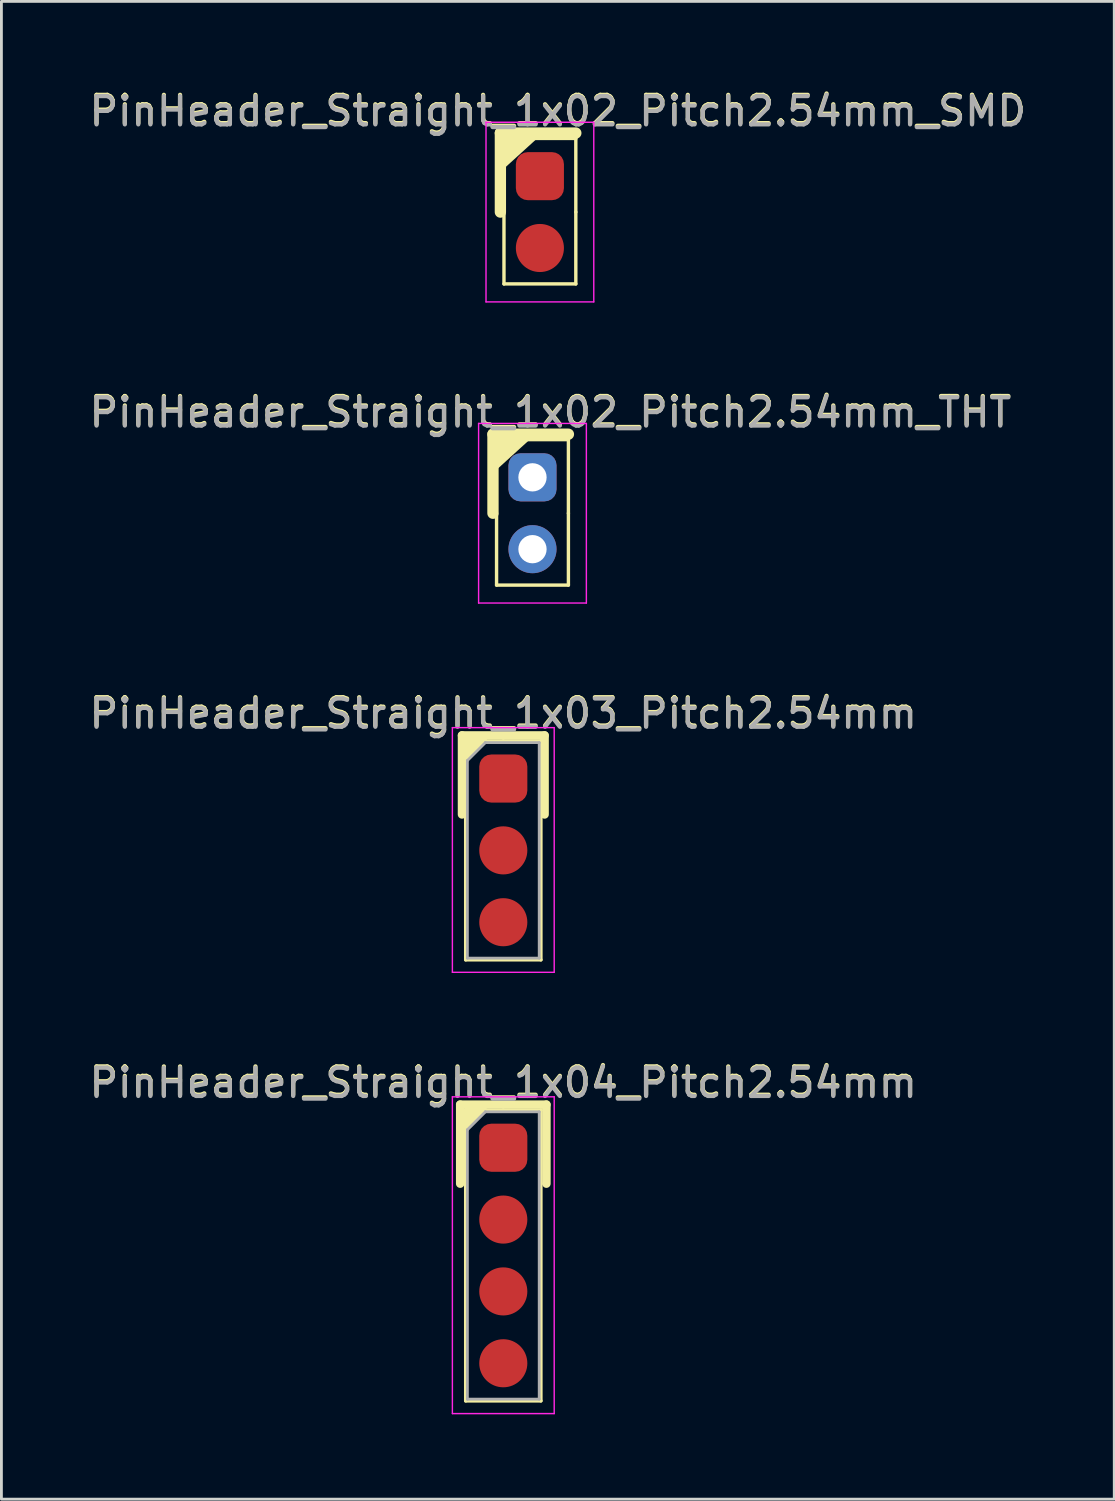
<source format=kicad_pcb>
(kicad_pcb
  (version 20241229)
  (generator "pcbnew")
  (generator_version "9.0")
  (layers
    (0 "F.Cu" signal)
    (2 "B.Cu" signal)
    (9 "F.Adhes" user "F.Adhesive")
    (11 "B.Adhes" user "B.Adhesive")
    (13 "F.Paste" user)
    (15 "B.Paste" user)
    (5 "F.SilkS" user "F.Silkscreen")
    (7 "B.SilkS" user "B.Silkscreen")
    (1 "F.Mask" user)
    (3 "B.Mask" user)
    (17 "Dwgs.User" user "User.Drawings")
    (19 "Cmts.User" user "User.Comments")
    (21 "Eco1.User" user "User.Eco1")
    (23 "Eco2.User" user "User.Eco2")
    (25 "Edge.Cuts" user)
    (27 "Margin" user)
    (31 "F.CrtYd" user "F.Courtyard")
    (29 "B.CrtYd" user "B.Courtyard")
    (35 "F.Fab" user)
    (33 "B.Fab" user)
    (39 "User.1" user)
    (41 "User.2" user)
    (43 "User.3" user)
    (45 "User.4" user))
  (footprint "PinHeader_Straight_1x02_Pitch2.54mm_SMD"
    (layer "F.Cu")
    (at 16.038 3.178)
    (property "Reference" "PinHeader_Straight_1x02_Pitch2.54mm_SMD" (at 0.635 -2.33 0) (layer "F.SilkS") (effects (font (size 1 1) (thickness 0.15))))
    (attr through_hole)
    (fp_line (start -1.397 1.27) (end -1.397 -1.524) (stroke (width 0.4) (type solid)) (layer "F.SilkS"))
    (fp_line (start -1.33 -1.333) (end 1.27 -1.333) (stroke (width 0.12) (type solid)) (layer "F.SilkS"))
    (fp_line (start -1.27 1.27) (end -1.27 3.81) (stroke (width 0.12) (type solid)) (layer "F.SilkS"))
    (fp_line (start -1.27 3.81) (end 1.27 3.81) (stroke (width 0.12) (type solid)) (layer "F.SilkS"))
    (fp_line (start 1.27 -1.524) (end -1.397 -1.524) (stroke (width 0.4) (type solid)) (layer "F.SilkS"))
    (fp_line (start 1.27 -1.333) (end 1.27 1.27) (stroke (width 0.12) (type solid)) (layer "F.SilkS"))
    (fp_line (start 1.27 1.27) (end 1.27 3.81) (stroke (width 0.12) (type solid)) (layer "F.SilkS"))
    (fp_poly (pts (xy -1.397 -0.254) (xy 0 -1.524) (xy -1.397 -1.524)) (stroke (width 0.15) (type solid)) (fill yes) (layer "F.SilkS"))
    (fp_line (start -1.905 -1.905) (end -1.905 4.445) (stroke (width 0.05) (type solid)) (layer "F.CrtYd"))
    (fp_line (start 1.905 -1.905) (end -1.905 -1.905) (stroke (width 0.05) (type solid)) (layer "F.CrtYd"))
    (fp_line (start 1.905 -1.905) (end 1.905 4.445) (stroke (width 0.05) (type solid)) (layer "F.CrtYd"))
    (fp_line (start 1.905 4.445) (end -1.905 4.445) (stroke (width 0.05) (type solid)) (layer "F.CrtYd"))
    (fp_text user "${REFERENCE}" (at 0.635 -2.286 180) (layer "F.Fab") (effects (font (size 1 1) (thickness 0.15))))
    (pad "1" smd roundrect (at 0 0) (size 1.7 1.7) (layers "F.Cu" "F.Mask" "F.Paste") (roundrect_rratio 0.25))
    (pad "2" smd circle (at 0 2.54) (size 1.7 1.7) (layers "F.Cu" "F.Mask" "F.Paste")))
  (footprint "PinHeader_Straight_1x04_Pitch2.54mm"
    (layer "F.Cu")
    (at 14.744 37.528)
    (property "Reference" "PinHeader_Straight_1x04_Pitch2.54mm" (at 0 -2.33 0) (layer "F.SilkS") (effects (font (size 1 1) (thickness 0.15))))
    (attr through_hole)
    (fp_line (start -1.524 -1.524) (end 1.524 -1.524) (stroke (width 0.3) (type solid)) (layer "F.SilkS"))
    (fp_line (start -1.524 1.27) (end -1.524 -1.524) (stroke (width 0.3) (type solid)) (layer "F.SilkS"))
    (fp_line (start -1.333 0) (end -1.333 1.27) (stroke (width 0.12) (type solid)) (layer "F.SilkS"))
    (fp_line (start -1.33 -1.33) (end 0 -1.33) (stroke (width 0.12) (type solid)) (layer "F.SilkS"))
    (fp_line (start -1.33 0) (end -1.33 -1.33) (stroke (width 0.12) (type solid)) (layer "F.SilkS"))
    (fp_line (start -1.33 1.27) (end -1.33 8.95) (stroke (width 0.12) (type solid)) (layer "F.SilkS"))
    (fp_line (start -1.33 8.95) (end 1.33 8.95) (stroke (width 0.12) (type solid)) (layer "F.SilkS"))
    (fp_line (start 0 -1.333) (end 1.333 -1.333) (stroke (width 0.12) (type solid)) (layer "F.SilkS"))
    (fp_line (start 1.33 1.27) (end 1.33 8.95) (stroke (width 0.12) (type solid)) (layer "F.SilkS"))
    (fp_line (start 1.333 -1.333) (end 1.333 1.27) (stroke (width 0.12) (type solid)) (layer "F.SilkS"))
    (fp_line (start 1.524 -1.524) (end 1.524 1.27) (stroke (width 0.3) (type solid)) (layer "F.SilkS"))
    (fp_poly (pts (xy -1.333 -0.635) (xy -0.635 -1.333) (xy -1.333 -1.333)) (stroke (width 0.15) (type solid)) (fill yes) (layer "F.SilkS"))
    (fp_line (start -1.8 -1.8) (end -1.8 9.4) (stroke (width 0.05) (type solid)) (layer "F.CrtYd"))
    (fp_line (start -1.8 9.4) (end 1.8 9.4) (stroke (width 0.05) (type solid)) (layer "F.CrtYd"))
    (fp_line (start 1.8 -1.8) (end -1.8 -1.8) (stroke (width 0.05) (type solid)) (layer "F.CrtYd"))
    (fp_line (start 1.8 9.4) (end 1.8 -1.8) (stroke (width 0.05) (type solid)) (layer "F.CrtYd"))
    (fp_line (start -1.27 -0.635) (end -0.635 -1.27) (stroke (width 0.1) (type solid)) (layer "F.Fab"))
    (fp_line (start -1.27 8.89) (end -1.27 -0.635) (stroke (width 0.1) (type solid)) (layer "F.Fab"))
    (fp_line (start -0.635 -1.27) (end 1.27 -1.27) (stroke (width 0.1) (type solid)) (layer "F.Fab"))
    (fp_line (start 1.27 -1.27) (end 1.27 8.89) (stroke (width 0.1) (type solid)) (layer "F.Fab"))
    (fp_line (start 1.27 8.89) (end -1.27 8.89) (stroke (width 0.1) (type solid)) (layer "F.Fab"))
    (fp_text user "${REFERENCE}" (at 0 -2.286 180) (layer "F.Fab") (effects (font (size 1 1) (thickness 0.15))))
    (pad "1" smd roundrect (at 0 0) (size 1.7 1.7) (layers "F.Cu" "F.Mask" "F.Paste") (roundrect_rratio 0.25))
    (pad "2" smd oval (at 0 2.54) (size 1.7 1.7) (layers "F.Cu" "F.Mask" "F.Paste"))
    (pad "3" smd oval (at 0 5.08) (size 1.7 1.7) (layers "F.Cu" "F.Mask" "F.Paste"))
    (pad "4" smd oval (at 0 7.62) (size 1.7 1.7) (layers "F.Cu" "F.Mask" "F.Paste")))
  (footprint "PinHeader_Straight_1x02_Pitch2.54mm_THT"
    (layer "F.Cu")
    (at 15.776 13.826)
    (property "Reference" "PinHeader_Straight_1x02_Pitch2.54mm_THT" (at 0.635 -2.33 0) (layer "F.SilkS") (effects (font (size 1 1) (thickness 0.15))))
    (attr through_hole)
    (fp_line (start -1.397 1.27) (end -1.397 -1.524) (stroke (width 0.4) (type solid)) (layer "F.SilkS"))
    (fp_line (start -1.33 -1.333) (end 1.27 -1.333) (stroke (width 0.12) (type solid)) (layer "F.SilkS"))
    (fp_line (start -1.27 1.27) (end -1.27 3.81) (stroke (width 0.12) (type solid)) (layer "F.SilkS"))
    (fp_line (start -1.27 3.81) (end 1.27 3.81) (stroke (width 0.12) (type solid)) (layer "F.SilkS"))
    (fp_line (start 1.27 -1.524) (end -1.397 -1.524) (stroke (width 0.4) (type solid)) (layer "F.SilkS"))
    (fp_line (start 1.27 -1.333) (end 1.27 1.27) (stroke (width 0.12) (type solid)) (layer "F.SilkS"))
    (fp_line (start 1.27 1.27) (end 1.27 3.81) (stroke (width 0.12) (type solid)) (layer "F.SilkS"))
    (fp_poly (pts (xy -1.397 -0.254) (xy 0 -1.524) (xy -1.397 -1.524)) (stroke (width 0.15) (type solid)) (fill yes) (layer "F.SilkS"))
    (fp_line (start -1.905 -1.905) (end -1.905 4.445) (stroke (width 0.05) (type solid)) (layer "F.CrtYd"))
    (fp_line (start 1.905 -1.905) (end -1.905 -1.905) (stroke (width 0.05) (type solid)) (layer "F.CrtYd"))
    (fp_line (start 1.905 -1.905) (end 1.905 4.445) (stroke (width 0.05) (type solid)) (layer "F.CrtYd"))
    (fp_line (start 1.905 4.445) (end -1.905 4.445) (stroke (width 0.05) (type solid)) (layer "F.CrtYd"))
    (fp_text user "${REFERENCE}" (at 0.635 -2.286 180) (layer "F.Fab") (effects (font (size 1 1) (thickness 0.15))))
    (pad "1" thru_hole roundrect (at 0 0) (size 1.7 1.7) (drill 1) (layers "*.Cu" "*.Mask") (roundrect_rratio 0.25))
    (pad "2" thru_hole circle (at 0 2.54) (size 1.7 1.7) (drill 1) (layers "*.Cu" "*.Mask")))
  (footprint "PinHeader_Straight_1x03_Pitch2.54mm"
    (layer "F.Cu")
    (at 14.744 24.475)
    (property "Reference" "PinHeader_Straight_1x03_Pitch2.54mm" (at 0 -2.33 0) (layer "F.SilkS") (effects (font (size 1 1) (thickness 0.15))))
    (attr through_hole)
    (fp_line (start -1.46 -1.524) (end 1.46 -1.524) (stroke (width 0.3) (type solid)) (layer "F.SilkS"))
    (fp_line (start -1.46 1.27) (end -1.46 -1.524) (stroke (width 0.3) (type solid)) (layer "F.SilkS"))
    (fp_line (start -1.333 1.27) (end -1.333 0) (stroke (width 0.12) (type solid)) (layer "F.SilkS"))
    (fp_line (start -1.33 -1.33) (end 0 -1.33) (stroke (width 0.12) (type solid)) (layer "F.SilkS"))
    (fp_line (start -1.33 0) (end -1.33 -1.33) (stroke (width 0.12) (type solid)) (layer "F.SilkS"))
    (fp_line (start -1.33 1.27) (end -1.33 6.41) (stroke (width 0.12) (type solid)) (layer "F.SilkS"))
    (fp_line (start -1.33 6.41) (end 1.33 6.41) (stroke (width 0.12) (type solid)) (layer "F.SilkS"))
    (fp_line (start 0 -1.333) (end 1.333 -1.333) (stroke (width 0.12) (type solid)) (layer "F.SilkS"))
    (fp_line (start 1.33 1.27) (end 1.33 6.41) (stroke (width 0.12) (type solid)) (layer "F.SilkS"))
    (fp_line (start 1.333 -1.333) (end 1.333 1.27) (stroke (width 0.12) (type solid)) (layer "F.SilkS"))
    (fp_line (start 1.46 -1.524) (end 1.46 1.27) (stroke (width 0.3) (type solid)) (layer "F.SilkS"))
    (fp_poly (pts (xy -1.333 -0.635) (xy -0.635 -1.333) (xy -1.333 -1.333)) (stroke (width 0.15) (type solid)) (fill yes) (layer "F.SilkS"))
    (fp_line (start -1.8 -1.8) (end -1.8 6.85) (stroke (width 0.05) (type solid)) (layer "F.CrtYd"))
    (fp_line (start -1.8 6.85) (end 1.8 6.85) (stroke (width 0.05) (type solid)) (layer "F.CrtYd"))
    (fp_line (start 1.8 -1.8) (end -1.8 -1.8) (stroke (width 0.05) (type solid)) (layer "F.CrtYd"))
    (fp_line (start 1.8 6.85) (end 1.8 -1.8) (stroke (width 0.05) (type solid)) (layer "F.CrtYd"))
    (fp_line (start -1.27 -0.635) (end -0.635 -1.27) (stroke (width 0.1) (type solid)) (layer "F.Fab"))
    (fp_line (start -1.27 6.35) (end -1.27 -0.635) (stroke (width 0.1) (type solid)) (layer "F.Fab"))
    (fp_line (start -0.635 -1.27) (end 1.27 -1.27) (stroke (width 0.1) (type solid)) (layer "F.Fab"))
    (fp_line (start 1.27 -1.27) (end 1.27 6.35) (stroke (width 0.1) (type solid)) (layer "F.Fab"))
    (fp_line (start 1.27 6.35) (end -1.27 6.35) (stroke (width 0.1) (type solid)) (layer "F.Fab"))
    (fp_text user "${REFERENCE}" (at 0 -2.286 180) (layer "F.Fab") (effects (font (size 1 1) (thickness 0.15))))
    (pad "1" smd roundrect (at 0 0) (size 1.7 1.7) (layers "F.Cu" "F.Mask" "F.Paste") (roundrect_rratio 0.25))
    (pad "2" smd circle (at 0 2.54) (size 1.7 1.7) (layers "F.Cu" "F.Mask" "F.Paste"))
    (pad "3" smd circle (at 0 5.08) (size 1.7 1.7) (layers "F.Cu" "F.Mask" "F.Paste")))
  (gr_rect
    (start -3 -3)
    (end 36.345 49.953)
    (stroke (width 0.1) (type default))
    (fill no)
    (layer "Edge.Cuts")))
</source>
